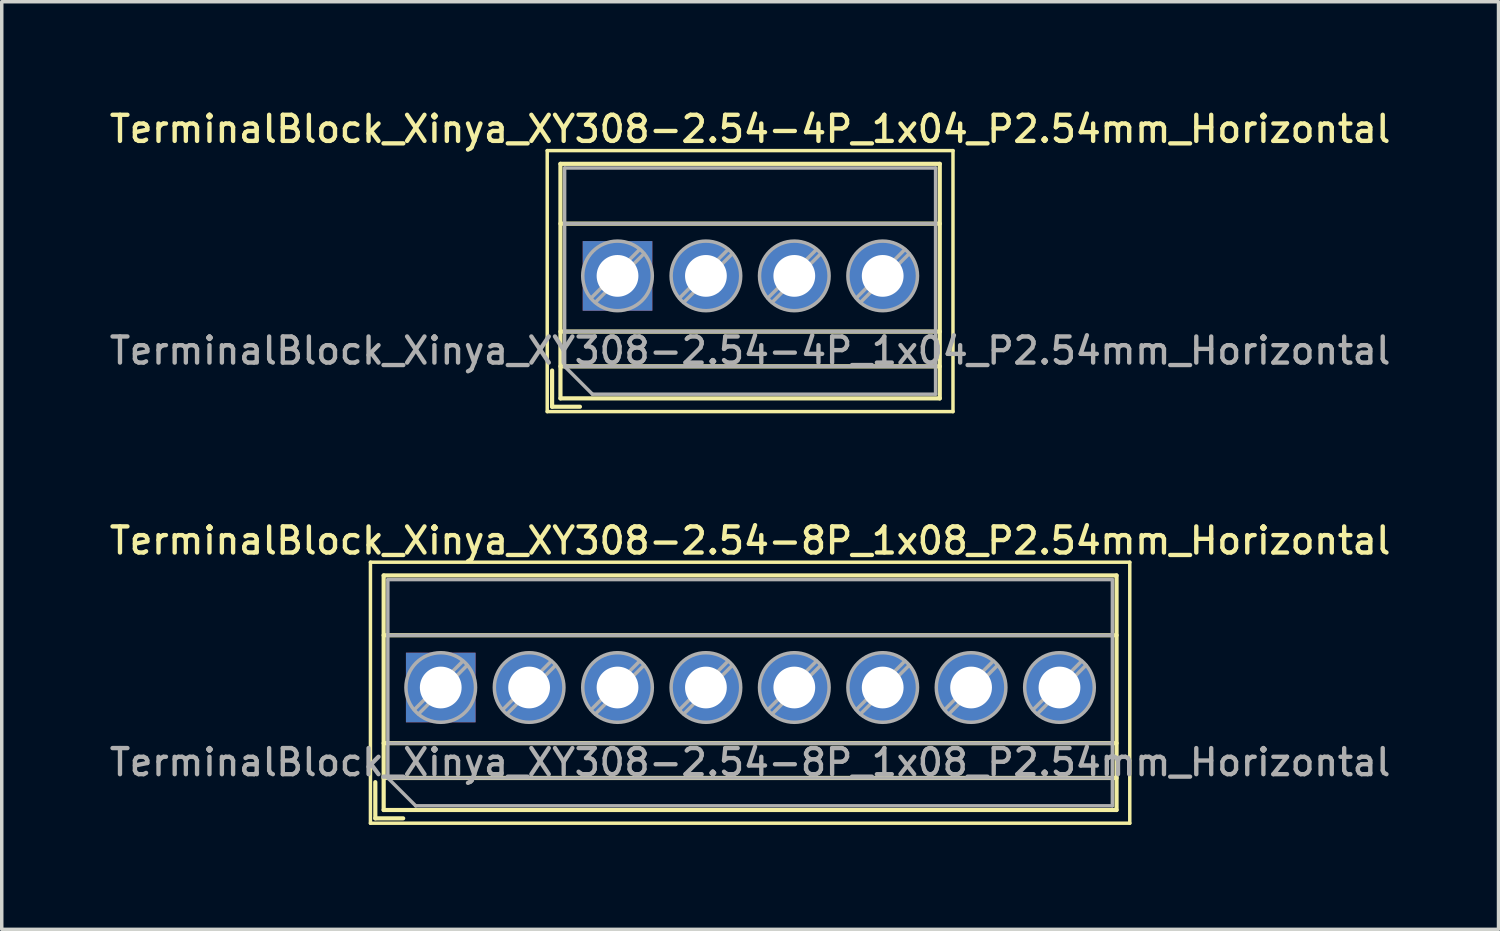
<source format=kicad_pcb>
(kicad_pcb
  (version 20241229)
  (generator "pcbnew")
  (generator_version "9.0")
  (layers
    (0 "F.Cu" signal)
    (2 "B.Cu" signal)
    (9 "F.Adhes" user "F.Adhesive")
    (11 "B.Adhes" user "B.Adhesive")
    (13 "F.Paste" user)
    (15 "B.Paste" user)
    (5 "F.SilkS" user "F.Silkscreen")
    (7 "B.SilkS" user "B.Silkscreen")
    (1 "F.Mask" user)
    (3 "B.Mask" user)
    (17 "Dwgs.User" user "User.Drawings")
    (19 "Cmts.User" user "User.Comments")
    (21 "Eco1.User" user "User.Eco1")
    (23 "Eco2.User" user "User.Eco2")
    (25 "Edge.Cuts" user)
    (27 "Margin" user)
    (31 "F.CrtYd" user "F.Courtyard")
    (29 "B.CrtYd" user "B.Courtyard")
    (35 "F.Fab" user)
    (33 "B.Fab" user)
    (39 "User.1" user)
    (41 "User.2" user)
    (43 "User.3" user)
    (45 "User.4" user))
  (footprint "TerminalBlock_Xinya_XY308-2.54-8P_1x08_P2.54mm_Horizontal"
    (layer "F.Cu")
    (at 9.615 16.706)
    (property "Reference" "TerminalBlock_Xinya_XY308-2.54-8P_1x08_P2.54mm_Horizontal" (at 8.89 -4.22 0) (layer "F.SilkS") (effects (font (size 0.75 0.75) (thickness 0.125))))
    (attr through_hole)
    (fp_line (start -2.02 -3.6) (end -2.02 3.9) (stroke (width 0.1) (type solid)) (layer "F.SilkS"))
    (fp_line (start -2.02 3.9) (end 19.8 3.9) (stroke (width 0.1) (type solid)) (layer "F.SilkS"))
    (fp_line (start -1.88 2.72) (end -1.88 3.76) (stroke (width 0.12) (type solid)) (layer "F.SilkS"))
    (fp_line (start -1.88 3.76) (end -1.08 3.76) (stroke (width 0.12) (type solid)) (layer "F.SilkS"))
    (fp_line (start -1.64 -3.22) (end -1.64 3.52) (stroke (width 0.12) (type solid)) (layer "F.SilkS"))
    (fp_line (start -1.64 -3.22) (end 19.42 -3.22) (stroke (width 0.12) (type solid)) (layer "F.SilkS"))
    (fp_line (start -1.64 -1.501) (end 19.42 -1.501) (stroke (width 0.12) (type solid)) (layer "F.SilkS"))
    (fp_line (start -1.64 1.6) (end 19.42 1.6) (stroke (width 0.12) (type solid)) (layer "F.SilkS"))
    (fp_line (start -1.64 2.6) (end 19.42 2.6) (stroke (width 0.12) (type solid)) (layer "F.SilkS"))
    (fp_line (start -1.64 3.52) (end 19.42 3.52) (stroke (width 0.12) (type solid)) (layer "F.SilkS"))
    (fp_line (start 19.42 -3.22) (end 19.42 3.52) (stroke (width 0.12) (type solid)) (layer "F.SilkS"))
    (fp_line (start 19.8 -3.6) (end -2.02 -3.6) (stroke (width 0.1) (type solid)) (layer "F.SilkS"))
    (fp_line (start 19.8 3.9) (end 19.8 -3.6) (stroke (width 0.1) (type solid)) (layer "F.SilkS"))
    (fp_line (start -1.52 -3.1) (end 19.3 -3.1) (stroke (width 0.1) (type solid)) (layer "F.Fab"))
    (fp_line (start -1.52 -1.5) (end 19.3 -1.5) (stroke (width 0.1) (type solid)) (layer "F.Fab"))
    (fp_line (start -1.52 1.6) (end 19.3 1.6) (stroke (width 0.1) (type solid)) (layer "F.Fab"))
    (fp_line (start -1.52 2.6) (end -1.52 -3.1) (stroke (width 0.1) (type solid)) (layer "F.Fab"))
    (fp_line (start -1.52 2.6) (end 19.3 2.6) (stroke (width 0.1) (type solid)) (layer "F.Fab"))
    (fp_line (start -0.72 3.4) (end -1.52 2.6) (stroke (width 0.1) (type solid)) (layer "F.Fab"))
    (fp_line (start 0.637 -0.759) (end -0.759 0.637) (stroke (width 0.1) (type solid)) (layer "F.Fab"))
    (fp_line (start 0.759 -0.637) (end -0.637 0.759) (stroke (width 0.1) (type solid)) (layer "F.Fab"))
    (fp_line (start 3.177 -0.759) (end 1.782 0.637) (stroke (width 0.1) (type solid)) (layer "F.Fab"))
    (fp_line (start 3.299 -0.637) (end 1.904 0.759) (stroke (width 0.1) (type solid)) (layer "F.Fab"))
    (fp_line (start 5.717 -0.759) (end 4.322 0.637) (stroke (width 0.1) (type solid)) (layer "F.Fab"))
    (fp_line (start 5.839 -0.637) (end 4.444 0.759) (stroke (width 0.1) (type solid)) (layer "F.Fab"))
    (fp_line (start 8.257 -0.759) (end 6.862 0.637) (stroke (width 0.1) (type solid)) (layer "F.Fab"))
    (fp_line (start 8.379 -0.637) (end 6.984 0.759) (stroke (width 0.1) (type solid)) (layer "F.Fab"))
    (fp_line (start 10.797 -0.759) (end 9.402 0.637) (stroke (width 0.1) (type solid)) (layer "F.Fab"))
    (fp_line (start 10.919 -0.637) (end 9.524 0.759) (stroke (width 0.1) (type solid)) (layer "F.Fab"))
    (fp_line (start 13.337 -0.759) (end 11.942 0.637) (stroke (width 0.1) (type solid)) (layer "F.Fab"))
    (fp_line (start 13.459 -0.637) (end 12.064 0.759) (stroke (width 0.1) (type solid)) (layer "F.Fab"))
    (fp_line (start 15.877 -0.759) (end 14.482 0.637) (stroke (width 0.1) (type solid)) (layer "F.Fab"))
    (fp_line (start 15.999 -0.637) (end 14.604 0.759) (stroke (width 0.1) (type solid)) (layer "F.Fab"))
    (fp_line (start 18.417 -0.759) (end 17.022 0.637) (stroke (width 0.1) (type solid)) (layer "F.Fab"))
    (fp_line (start 18.539 -0.637) (end 17.144 0.759) (stroke (width 0.1) (type solid)) (layer "F.Fab"))
    (fp_line (start 19.3 -3.1) (end 19.3 3.4) (stroke (width 0.1) (type solid)) (layer "F.Fab"))
    (fp_line (start 19.3 3.4) (end -0.72 3.4) (stroke (width 0.1) (type solid)) (layer "F.Fab"))
    (fp_circle (center 0 0) (end 1 0) (stroke (width 0.1) (type solid)) (fill no) (layer "F.Fab"))
    (fp_circle (center 2.54 0) (end 3.54 0) (stroke (width 0.1) (type solid)) (fill no) (layer "F.Fab"))
    (fp_circle (center 5.08 0) (end 6.08 0) (stroke (width 0.1) (type solid)) (fill no) (layer "F.Fab"))
    (fp_circle (center 7.62 0) (end 8.62 0) (stroke (width 0.1) (type solid)) (fill no) (layer "F.Fab"))
    (fp_circle (center 10.16 0) (end 11.16 0) (stroke (width 0.1) (type solid)) (fill no) (layer "F.Fab"))
    (fp_circle (center 12.7 0) (end 13.7 0) (stroke (width 0.1) (type solid)) (fill no) (layer "F.Fab"))
    (fp_circle (center 15.24 0) (end 16.24 0) (stroke (width 0.1) (type solid)) (fill no) (layer "F.Fab"))
    (fp_circle (center 17.78 0) (end 18.78 0) (stroke (width 0.1) (type solid)) (fill no) (layer "F.Fab"))
    (fp_text user "${REFERENCE}" (at 8.89 2.15 0) (layer "F.Fab") (effects (font (size 0.75 0.75) (thickness 0.125))))
    (pad "1" thru_hole rect (at 0 0) (size 2 2) (drill 1.2) (layers "*.Cu" "*.Mask"))
    (pad "2" thru_hole circle (at 2.54 0) (size 2 2) (drill 1.2) (layers "*.Cu" "*.Mask"))
    (pad "3" thru_hole circle (at 5.08 0) (size 2 2) (drill 1.2) (layers "*.Cu" "*.Mask"))
    (pad "4" thru_hole circle (at 7.62 0) (size 2 2) (drill 1.2) (layers "*.Cu" "*.Mask"))
    (pad "5" thru_hole circle (at 10.16 0) (size 2 2) (drill 1.2) (layers "*.Cu" "*.Mask"))
    (pad "6" thru_hole circle (at 12.7 0) (size 2 2) (drill 1.2) (layers "*.Cu" "*.Mask"))
    (pad "7" thru_hole circle (at 15.24 0) (size 2 2) (drill 1.2) (layers "*.Cu" "*.Mask"))
    (pad "8" thru_hole circle (at 17.78 0) (size 2 2) (drill 1.2) (layers "*.Cu" "*.Mask")))
  (footprint "TerminalBlock_Xinya_XY308-2.54-4P_1x04_P2.54mm_Horizontal"
    (layer "F.Cu")
    (at 14.695 4.878)
    (property "Reference" "TerminalBlock_Xinya_XY308-2.54-4P_1x04_P2.54mm_Horizontal" (at 3.81 -4.22 0) (layer "F.SilkS") (effects (font (size 0.75 0.75) (thickness 0.125))))
    (attr through_hole)
    (fp_line (start -2.02 -3.6) (end -2.02 3.9) (stroke (width 0.1) (type solid)) (layer "F.SilkS"))
    (fp_line (start -2.02 3.9) (end 9.64 3.9) (stroke (width 0.1) (type solid)) (layer "F.SilkS"))
    (fp_line (start -1.88 2.72) (end -1.88 3.76) (stroke (width 0.12) (type solid)) (layer "F.SilkS"))
    (fp_line (start -1.88 3.76) (end -1.08 3.76) (stroke (width 0.12) (type solid)) (layer "F.SilkS"))
    (fp_line (start -1.64 -3.22) (end -1.64 3.52) (stroke (width 0.12) (type solid)) (layer "F.SilkS"))
    (fp_line (start -1.64 -3.22) (end 9.26 -3.22) (stroke (width 0.12) (type solid)) (layer "F.SilkS"))
    (fp_line (start -1.64 -1.501) (end 9.26 -1.501) (stroke (width 0.12) (type solid)) (layer "F.SilkS"))
    (fp_line (start -1.64 1.6) (end 9.26 1.6) (stroke (width 0.12) (type solid)) (layer "F.SilkS"))
    (fp_line (start -1.64 2.6) (end 9.26 2.6) (stroke (width 0.12) (type solid)) (layer "F.SilkS"))
    (fp_line (start -1.64 3.52) (end 9.26 3.52) (stroke (width 0.12) (type solid)) (layer "F.SilkS"))
    (fp_line (start 9.26 -3.22) (end 9.26 3.52) (stroke (width 0.12) (type solid)) (layer "F.SilkS"))
    (fp_line (start 9.64 -3.6) (end -2.02 -3.6) (stroke (width 0.1) (type solid)) (layer "F.SilkS"))
    (fp_line (start 9.64 3.9) (end 9.64 -3.6) (stroke (width 0.1) (type solid)) (layer "F.SilkS"))
    (fp_line (start -1.52 -3.1) (end 9.14 -3.1) (stroke (width 0.1) (type solid)) (layer "F.Fab"))
    (fp_line (start -1.52 -1.5) (end 9.14 -1.5) (stroke (width 0.1) (type solid)) (layer "F.Fab"))
    (fp_line (start -1.52 1.6) (end 9.14 1.6) (stroke (width 0.1) (type solid)) (layer "F.Fab"))
    (fp_line (start -1.52 2.6) (end -1.52 -3.1) (stroke (width 0.1) (type solid)) (layer "F.Fab"))
    (fp_line (start -1.52 2.6) (end 9.14 2.6) (stroke (width 0.1) (type solid)) (layer "F.Fab"))
    (fp_line (start -0.72 3.4) (end -1.52 2.6) (stroke (width 0.1) (type solid)) (layer "F.Fab"))
    (fp_line (start 0.637 -0.759) (end -0.759 0.637) (stroke (width 0.1) (type solid)) (layer "F.Fab"))
    (fp_line (start 0.759 -0.637) (end -0.637 0.759) (stroke (width 0.1) (type solid)) (layer "F.Fab"))
    (fp_line (start 3.177 -0.759) (end 1.782 0.637) (stroke (width 0.1) (type solid)) (layer "F.Fab"))
    (fp_line (start 3.299 -0.637) (end 1.904 0.759) (stroke (width 0.1) (type solid)) (layer "F.Fab"))
    (fp_line (start 5.717 -0.759) (end 4.322 0.637) (stroke (width 0.1) (type solid)) (layer "F.Fab"))
    (fp_line (start 5.839 -0.637) (end 4.444 0.759) (stroke (width 0.1) (type solid)) (layer "F.Fab"))
    (fp_line (start 8.257 -0.759) (end 6.862 0.637) (stroke (width 0.1) (type solid)) (layer "F.Fab"))
    (fp_line (start 8.379 -0.637) (end 6.984 0.759) (stroke (width 0.1) (type solid)) (layer "F.Fab"))
    (fp_line (start 9.14 -3.1) (end 9.14 3.4) (stroke (width 0.1) (type solid)) (layer "F.Fab"))
    (fp_line (start 9.14 3.4) (end -0.72 3.4) (stroke (width 0.1) (type solid)) (layer "F.Fab"))
    (fp_circle (center 0 0) (end 1 0) (stroke (width 0.1) (type solid)) (fill no) (layer "F.Fab"))
    (fp_circle (center 2.54 0) (end 3.54 0) (stroke (width 0.1) (type solid)) (fill no) (layer "F.Fab"))
    (fp_circle (center 5.08 0) (end 6.08 0) (stroke (width 0.1) (type solid)) (fill no) (layer "F.Fab"))
    (fp_circle (center 7.62 0) (end 8.62 0) (stroke (width 0.1) (type solid)) (fill no) (layer "F.Fab"))
    (fp_text user "${REFERENCE}" (at 3.81 2.15 0) (layer "F.Fab") (effects (font (size 0.75 0.75) (thickness 0.125))))
    (pad "1" thru_hole rect (at 0 0) (size 2 2) (drill 1.2) (layers "*.Cu" "*.Mask"))
    (pad "2" thru_hole circle (at 2.54 0) (size 2 2) (drill 1.2) (layers "*.Cu" "*.Mask"))
    (pad "3" thru_hole circle (at 5.08 0) (size 2 2) (drill 1.2) (layers "*.Cu" "*.Mask"))
    (pad "4" thru_hole circle (at 7.62 0) (size 2 2) (drill 1.2) (layers "*.Cu" "*.Mask")))
  (gr_rect
    (start -3 -3)
    (end 40.011 23.656)
    (stroke (width 0.1) (type default))
    (fill no)
    (layer "Edge.Cuts")))
</source>
